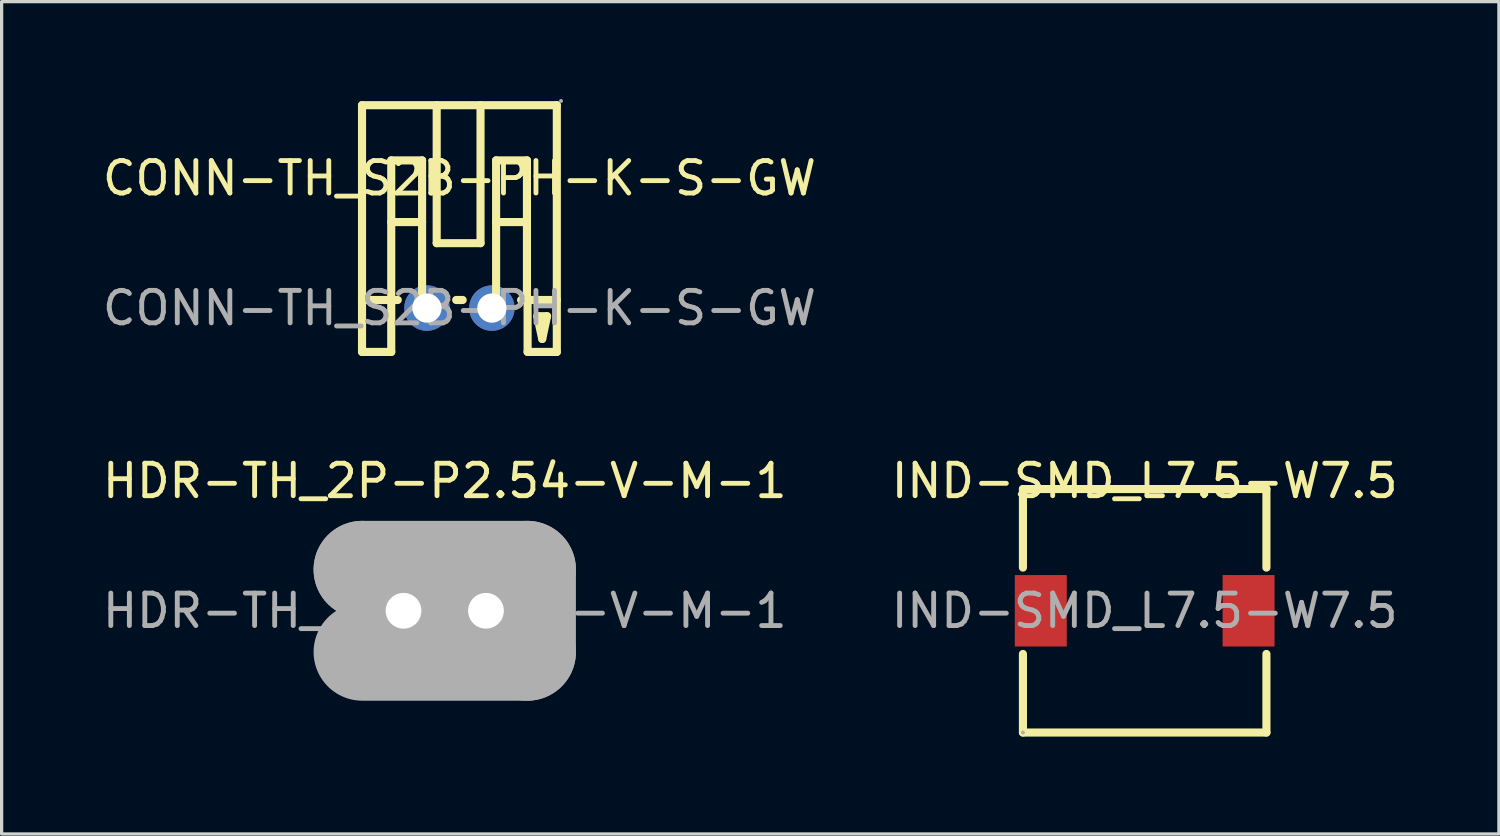
<source format=kicad_pcb>
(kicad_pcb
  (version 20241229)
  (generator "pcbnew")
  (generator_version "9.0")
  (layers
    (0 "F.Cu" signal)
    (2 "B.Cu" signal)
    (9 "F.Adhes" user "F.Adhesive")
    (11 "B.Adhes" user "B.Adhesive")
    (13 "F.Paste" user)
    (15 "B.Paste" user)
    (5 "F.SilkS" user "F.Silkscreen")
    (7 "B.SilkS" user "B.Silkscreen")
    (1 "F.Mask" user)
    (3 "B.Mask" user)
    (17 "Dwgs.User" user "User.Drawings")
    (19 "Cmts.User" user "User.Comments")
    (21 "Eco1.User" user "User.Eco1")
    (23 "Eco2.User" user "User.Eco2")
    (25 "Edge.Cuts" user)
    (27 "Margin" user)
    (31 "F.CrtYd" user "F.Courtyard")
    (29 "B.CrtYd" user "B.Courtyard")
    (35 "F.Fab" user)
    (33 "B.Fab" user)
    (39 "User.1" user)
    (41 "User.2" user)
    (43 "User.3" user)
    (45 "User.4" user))
  (footprint "HDR-TH_2P-P2.54-V-M-1"
    (layer "F.Cu")
    (at 10.649 15.763)
    (property "Reference" "HDR-TH_2P-P2.54-V-M-1" (at 0 -4 0) (layer "F.SilkS") (effects (font (size 1 1) (thickness 0.15))))
    (attr through_hole)
    (fp_line (start -2.54 -1.27) (end -2.54 -1.27) (stroke (width 3) (type solid)) (layer "F.Fab"))
    (fp_line (start -2.54 -1.27) (end 2.54 -1.27) (stroke (width 3) (type solid)) (layer "F.Fab"))
    (fp_line (start 2.54 -1.27) (end 2.54 1.27) (stroke (width 3) (type solid)) (layer "F.Fab"))
    (fp_line (start 2.54 1.27) (end -2.54 1.27) (stroke (width 3) (type solid)) (layer "F.Fab"))
    (fp_circle (center -2.54 1.27) (end -2.51 1.27) (stroke (width 0.06) (type solid)) (fill no) (layer "F.Fab"))
    (fp_text user "${REFERENCE}" (at 0 0 0) (layer "F.Fab") (effects (font (size 1 1) (thickness 0.15))))
    (pad "1" thru_hole rect (at -1.27 0) (size 1.8 1.8) (drill 1.1) (layers "*.Cu" "*.Mask"))
    (pad "2" thru_hole circle (at 1.27 0) (size 1.8 1.8) (drill 1.1) (layers "*.Cu" "*.Mask")))
  (footprint "CONN-TH_S2B-PH-K-S-GW"
    (layer "F.Cu")
    (at 11.101 6.44)
    (property "Reference" "CONN-TH_S2B-PH-K-S-GW" (at 0 -4 0) (layer "F.SilkS") (effects (font (size 1 1) (thickness 0.15))))
    (attr through_hole)
    (fp_line (start -3 -6.25) (end 3 -6.25) (stroke (width 0.25) (type solid)) (layer "F.SilkS"))
    (fp_line (start -3 -0.25) (end -3 -6.25) (stroke (width 0.25) (type solid)) (layer "F.SilkS"))
    (fp_line (start -3 -0.25) (end -3 1.35) (stroke (width 0.25) (type solid)) (layer "F.SilkS"))
    (fp_line (start -3 -0.25) (end -1.9 -0.25) (stroke (width 0.25) (type solid)) (layer "F.SilkS"))
    (fp_line (start -3 1.35) (end -2.1 1.35) (stroke (width 0.25) (type solid)) (layer "F.SilkS"))
    (fp_line (start -2.1 -4.55) (end -1.15 -4.55) (stroke (width 0.25) (type solid)) (layer "F.SilkS"))
    (fp_line (start -2.1 -2.65) (end -1.15 -2.65) (stroke (width 0.25) (type solid)) (layer "F.SilkS"))
    (fp_line (start -2.1 -0.25) (end -2.1 -4.55) (stroke (width 0.25) (type solid)) (layer "F.SilkS"))
    (fp_line (start -2.1 1.35) (end -2.1 -0.25) (stroke (width 0.25) (type solid)) (layer "F.SilkS"))
    (fp_line (start -1.15 -4.55) (end -1.15 -0.25) (stroke (width 0.25) (type solid)) (layer "F.SilkS"))
    (fp_line (start -0.7 -6.25) (end -0.7 -6.25) (stroke (width 0.25) (type solid)) (layer "F.SilkS"))
    (fp_line (start -0.7 -6.25) (end -0.7 -2) (stroke (width 0.25) (type solid)) (layer "F.SilkS"))
    (fp_line (start -0.7 -2) (end 0.65 -2) (stroke (width 0.25) (type solid)) (layer "F.SilkS"))
    (fp_line (start -0.1 -0.25) (end 0.1 -0.25) (stroke (width 0.25) (type solid)) (layer "F.SilkS"))
    (fp_line (start 0.65 -2) (end 0.65 -6.25) (stroke (width 0.25) (type solid)) (layer "F.SilkS"))
    (fp_line (start 1.13 -4.55) (end 2.08 -4.55) (stroke (width 0.25) (type solid)) (layer "F.SilkS"))
    (fp_line (start 1.13 -2.65) (end 2.08 -2.65) (stroke (width 0.25) (type solid)) (layer "F.SilkS"))
    (fp_line (start 1.13 -0.25) (end 1.13 -4.55) (stroke (width 0.25) (type solid)) (layer "F.SilkS"))
    (fp_line (start 1.9 -0.25) (end 3 -0.25) (stroke (width 0.25) (type solid)) (layer "F.SilkS"))
    (fp_line (start 2.08 -4.55) (end 2.08 -0.25) (stroke (width 0.25) (type solid)) (layer "F.SilkS"))
    (fp_line (start 2.1 1.35) (end 2.1 -0.25) (stroke (width 0.25) (type solid)) (layer "F.SilkS"))
    (fp_line (start 2.4 0.25) (end 2.7 0.25) (stroke (width 0.25) (type solid)) (layer "F.SilkS"))
    (fp_line (start 2.55 0.95) (end 2.4 0.25) (stroke (width 0.25) (type solid)) (layer "F.SilkS"))
    (fp_line (start 2.7 0.25) (end 2.55 0.95) (stroke (width 0.25) (type solid)) (layer "F.SilkS"))
    (fp_line (start 3 -6.25) (end 3 -0.25) (stroke (width 0.25) (type solid)) (layer "F.SilkS"))
    (fp_line (start 3 -0.25) (end 3 1.35) (stroke (width 0.25) (type solid)) (layer "F.SilkS"))
    (fp_line (start 3 1.35) (end 2.1 1.35) (stroke (width 0.25) (type solid)) (layer "F.SilkS"))
    (fp_circle (center -1 0) (end -0.82 0) (stroke (width 0.35) (type solid)) (fill no) (layer "F.Fab"))
    (fp_circle (center 1 0) (end 1.18 0) (stroke (width 0.35) (type solid)) (fill no) (layer "F.Fab"))
    (fp_circle (center 3.13 -6.38) (end 3.16 -6.38) (stroke (width 0.06) (type solid)) (fill no) (layer "F.Fab"))
    (fp_text user "${REFERENCE}" (at 0 0 0) (layer "F.Fab") (effects (font (size 1 1) (thickness 0.15))))
    (pad "1" thru_hole circle (at 1 0) (size 1.4 1.4) (drill 0.9) (layers "*.Cu" "*.Mask"))
    (pad "2" thru_hole circle (at -1 0) (size 1.4 1.4) (drill 0.9) (layers "*.Cu" "*.Mask")))
  (footprint "IND-SMD_L7.5-W7.5"
    (layer "F.Cu")
    (at 32.208 15.763)
    (property "Reference" "IND-SMD_L7.5-W7.5" (at 0 -4 0) (layer "F.SilkS") (effects (font (size 1 1) (thickness 0.15))))
    (attr through_hole)
    (fp_line (start -3.75 -3.75) (end -3.75 -1.33) (stroke (width 0.25) (type solid)) (layer "F.SilkS"))
    (fp_line (start -3.75 -3.75) (end 3.75 -3.75) (stroke (width 0.25) (type solid)) (layer "F.SilkS"))
    (fp_line (start -3.75 1.33) (end -3.75 3.75) (stroke (width 0.25) (type solid)) (layer "F.SilkS"))
    (fp_line (start 3.75 -1.33) (end 3.75 -3.75) (stroke (width 0.25) (type solid)) (layer "F.SilkS"))
    (fp_line (start 3.75 3.75) (end -3.75 3.75) (stroke (width 0.25) (type solid)) (layer "F.SilkS"))
    (fp_line (start 3.75 3.75) (end 3.75 1.33) (stroke (width 0.25) (type solid)) (layer "F.SilkS"))
    (fp_circle (center -3.75 3.75) (end -3.72 3.75) (stroke (width 0.06) (type solid)) (fill no) (layer "F.Fab"))
    (fp_text user "${REFERENCE}" (at 0 0 0) (layer "F.Fab") (effects (font (size 1 1) (thickness 0.15))))
    (pad "1" smd rect (at -3.2 0 90) (size 2.2 1.6) (layers "F.Cu" "F.Mask" "F.Paste"))
    (pad "2" smd rect (at 3.2 0 90) (size 2.2 1.6) (layers "F.Cu" "F.Mask" "F.Paste")))
  (gr_rect
    (start -3 -3)
    (end 43.119 22.638)
    (stroke (width 0.1) (type default))
    (fill no)
    (layer "Edge.Cuts")))
</source>
